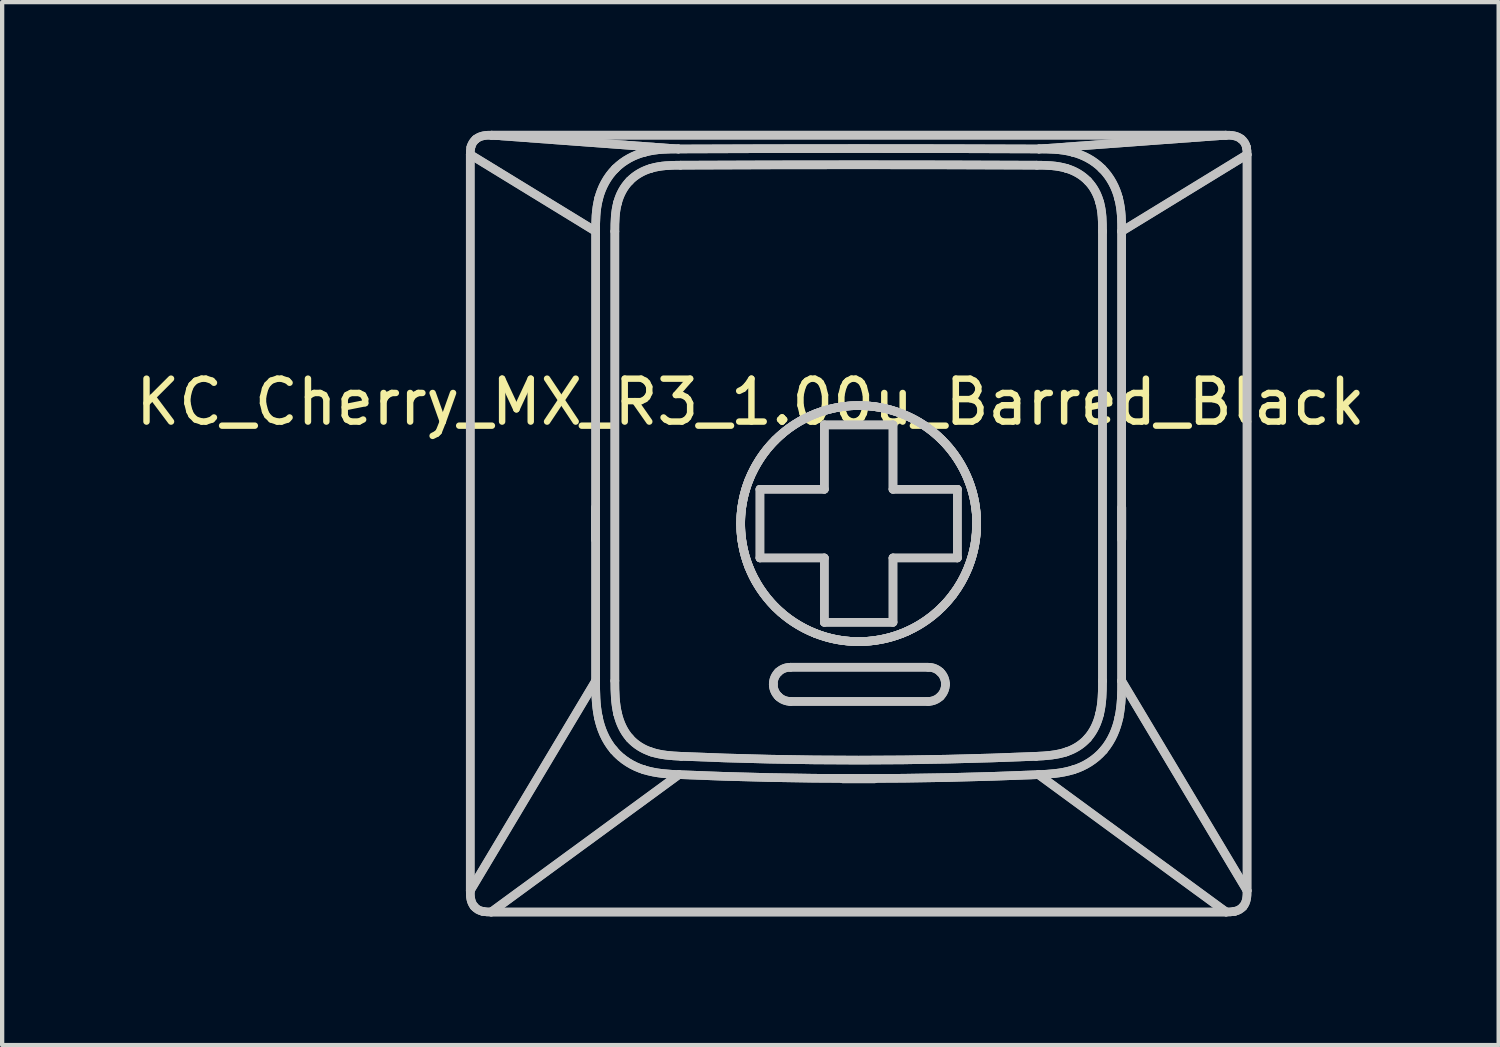
<source format=kicad_pcb>
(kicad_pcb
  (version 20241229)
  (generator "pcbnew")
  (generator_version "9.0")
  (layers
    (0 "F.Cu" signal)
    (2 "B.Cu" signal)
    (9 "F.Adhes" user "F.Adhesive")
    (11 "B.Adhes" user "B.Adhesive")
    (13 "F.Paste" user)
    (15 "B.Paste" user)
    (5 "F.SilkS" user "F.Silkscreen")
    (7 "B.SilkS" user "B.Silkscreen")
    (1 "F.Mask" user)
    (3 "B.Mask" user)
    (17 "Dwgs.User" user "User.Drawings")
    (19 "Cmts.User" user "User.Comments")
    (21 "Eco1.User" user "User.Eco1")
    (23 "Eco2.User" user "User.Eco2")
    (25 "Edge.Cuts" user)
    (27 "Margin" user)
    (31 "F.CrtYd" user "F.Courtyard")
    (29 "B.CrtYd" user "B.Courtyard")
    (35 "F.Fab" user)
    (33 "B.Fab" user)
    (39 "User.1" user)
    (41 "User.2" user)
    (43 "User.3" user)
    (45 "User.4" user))
  (footprint "KC_Cherry_MX_R3_1.00u_Barred_Black"
    (layer "F.Cu")
    (at 16.975 9.112)
    (property "Reference" "KC_Cherry_MX_R3_1.00u_Barred_Black" (at -2.54 -2.794 0) (layer "F.SilkS") (effects (font (size 1 1) (thickness 0.15))))
    (attr allow_missing_courtyard)
    (fp_line (start -9.068 -8.56) (end -6.146 -6.771) (stroke (width 0.2) (type default)) (layer "Dwgs.User"))
    (fp_line (start -9.068 -8.56) (end -6.146 -6.771) (stroke (width 0.2) (type default)) (layer "Dwgs.User"))
    (fp_line (start -9.068 8.591) (end -9.068 -8.56) (stroke (width 0.2) (type default)) (layer "Dwgs.User"))
    (fp_line (start -9.068 8.591) (end -9.068 -8.56) (stroke (width 0.2) (type default)) (layer "Dwgs.User"))
    (fp_line (start -9.068 8.591) (end -6.146 3.702) (stroke (width 0.2) (type default)) (layer "Dwgs.User"))
    (fp_line (start -9.068 8.591) (end -6.146 3.702) (stroke (width 0.2) (type default)) (layer "Dwgs.User"))
    (fp_line (start -8.58 9.088) (end -4.207 5.887) (stroke (width 0.2) (type default)) (layer "Dwgs.User"))
    (fp_line (start -8.58 9.088) (end -4.207 5.887) (stroke (width 0.2) (type default)) (layer "Dwgs.User"))
    (fp_line (start -8.575 -9.012) (end -4.216 -8.691) (stroke (width 0.2) (type default)) (layer "Dwgs.User"))
    (fp_line (start -8.575 -9.012) (end -4.216 -8.691) (stroke (width 0.2) (type default)) (layer "Dwgs.User"))
    (fp_line (start -8.575 -9.012) (end 8.539 -9.012) (stroke (width 0.2) (type default)) (layer "Dwgs.User"))
    (fp_line (start -8.575 -9.012) (end 8.539 -9.012) (stroke (width 0.2) (type default)) (layer "Dwgs.User"))
    (fp_line (start -6.149 0.412) (end -6.149 -0.338) (stroke (width 0.2) (type default)) (layer "Dwgs.User"))
    (fp_line (start -6.149 0.412) (end -6.149 -0.338) (stroke (width 0.2) (type default)) (layer "Dwgs.User"))
    (fp_line (start -6.146 -6.771) (end -6.146 3.702) (stroke (width 0.2) (type default)) (layer "Dwgs.User"))
    (fp_line (start -6.146 -6.771) (end -6.146 3.702) (stroke (width 0.2) (type default)) (layer "Dwgs.User"))
    (fp_line (start -5.699 -6.771) (end -5.699 3.702) (stroke (width 0.2) (type default)) (layer "Dwgs.User"))
    (fp_line (start -5.699 -6.771) (end -5.699 3.702) (stroke (width 0.2) (type default)) (layer "Dwgs.User"))
    (fp_line (start -2.318 -0.762) (end -0.818 -0.762) (stroke (width 0.2) (type default)) (layer "Dwgs.User"))
    (fp_line (start -2.318 -0.762) (end -0.818 -0.762) (stroke (width 0.2) (type default)) (layer "Dwgs.User"))
    (fp_line (start -2.318 0.838) (end -2.318 -0.762) (stroke (width 0.2) (type default)) (layer "Dwgs.User"))
    (fp_line (start -2.318 0.838) (end -2.318 -0.762) (stroke (width 0.2) (type default)) (layer "Dwgs.User"))
    (fp_line (start -1.607 4.181) (end 1.603 4.181) (stroke (width 0.2) (type default)) (layer "Dwgs.User"))
    (fp_line (start -1.607 4.181) (end 1.603 4.181) (stroke (width 0.2) (type default)) (layer "Dwgs.User"))
    (fp_line (start -0.818 -2.262) (end 0.782 -2.262) (stroke (width 0.2) (type default)) (layer "Dwgs.User"))
    (fp_line (start -0.818 -2.262) (end 0.782 -2.262) (stroke (width 0.2) (type default)) (layer "Dwgs.User"))
    (fp_line (start -0.818 -0.762) (end -0.818 -2.262) (stroke (width 0.2) (type default)) (layer "Dwgs.User"))
    (fp_line (start -0.818 -0.762) (end -0.818 -2.262) (stroke (width 0.2) (type default)) (layer "Dwgs.User"))
    (fp_line (start -0.818 0.838) (end -2.318 0.838) (stroke (width 0.2) (type default)) (layer "Dwgs.User"))
    (fp_line (start -0.818 0.838) (end -2.318 0.838) (stroke (width 0.2) (type default)) (layer "Dwgs.User"))
    (fp_line (start -0.818 2.338) (end -0.818 0.838) (stroke (width 0.2) (type default)) (layer "Dwgs.User"))
    (fp_line (start -0.818 2.338) (end -0.818 0.838) (stroke (width 0.2) (type default)) (layer "Dwgs.User"))
    (fp_line (start -0.393 5.985) (end 0.357 5.985) (stroke (width 0.2) (type default)) (layer "Dwgs.User"))
    (fp_line (start -0.393 5.985) (end 0.357 5.985) (stroke (width 0.2) (type default)) (layer "Dwgs.User"))
    (fp_line (start 0.782 -2.262) (end 0.782 -0.762) (stroke (width 0.2) (type default)) (layer "Dwgs.User"))
    (fp_line (start 0.782 -2.262) (end 0.782 -0.762) (stroke (width 0.2) (type default)) (layer "Dwgs.User"))
    (fp_line (start 0.782 -0.762) (end 2.282 -0.762) (stroke (width 0.2) (type default)) (layer "Dwgs.User"))
    (fp_line (start 0.782 -0.762) (end 2.282 -0.762) (stroke (width 0.2) (type default)) (layer "Dwgs.User"))
    (fp_line (start 0.782 0.838) (end 0.782 2.338) (stroke (width 0.2) (type default)) (layer "Dwgs.User"))
    (fp_line (start 0.782 0.838) (end 0.782 2.338) (stroke (width 0.2) (type default)) (layer "Dwgs.User"))
    (fp_line (start 0.782 2.338) (end -0.818 2.338) (stroke (width 0.2) (type default)) (layer "Dwgs.User"))
    (fp_line (start 0.782 2.338) (end -0.818 2.338) (stroke (width 0.2) (type default)) (layer "Dwgs.User"))
    (fp_line (start 1.603 3.385) (end -1.607 3.385) (stroke (width 0.2) (type default)) (layer "Dwgs.User"))
    (fp_line (start 1.603 3.385) (end -1.607 3.385) (stroke (width 0.2) (type default)) (layer "Dwgs.User"))
    (fp_line (start 2.282 -0.762) (end 2.282 0.838) (stroke (width 0.2) (type default)) (layer "Dwgs.User"))
    (fp_line (start 2.282 -0.762) (end 2.282 0.838) (stroke (width 0.2) (type default)) (layer "Dwgs.User"))
    (fp_line (start 2.282 0.838) (end 0.782 0.838) (stroke (width 0.2) (type default)) (layer "Dwgs.User"))
    (fp_line (start 2.282 0.838) (end 0.782 0.838) (stroke (width 0.2) (type default)) (layer "Dwgs.User"))
    (fp_line (start 2.707 0.412) (end 2.732 0.038) (stroke (width 0.2) (type default)) (layer "Dwgs.User"))
    (fp_line (start 4.181 -8.691) (end 8.539 -9.012) (stroke (width 0.2) (type default)) (layer "Dwgs.User"))
    (fp_line (start 4.181 -8.691) (end 8.539 -9.012) (stroke (width 0.2) (type default)) (layer "Dwgs.User"))
    (fp_line (start 5.663 3.702) (end 5.663 -6.771) (stroke (width 0.2) (type default)) (layer "Dwgs.User"))
    (fp_line (start 5.663 3.702) (end 5.663 -6.771) (stroke (width 0.2) (type default)) (layer "Dwgs.User"))
    (fp_line (start 6.11 -6.771) (end 9.032 -8.56) (stroke (width 0.2) (type default)) (layer "Dwgs.User"))
    (fp_line (start 6.11 -6.771) (end 9.032 -8.56) (stroke (width 0.2) (type default)) (layer "Dwgs.User"))
    (fp_line (start 6.11 3.702) (end 6.11 -6.771) (stroke (width 0.2) (type default)) (layer "Dwgs.User"))
    (fp_line (start 6.11 3.702) (end 6.11 -6.771) (stroke (width 0.2) (type default)) (layer "Dwgs.User"))
    (fp_line (start 6.113 0.412) (end 6.113 -0.338) (stroke (width 0.2) (type default)) (layer "Dwgs.User"))
    (fp_line (start 6.113 0.412) (end 6.113 -0.338) (stroke (width 0.2) (type default)) (layer "Dwgs.User"))
    (fp_line (start 8.544 9.088) (end -8.58 9.088) (stroke (width 0.2) (type default)) (layer "Dwgs.User"))
    (fp_line (start 8.544 9.088) (end -8.58 9.088) (stroke (width 0.2) (type default)) (layer "Dwgs.User"))
    (fp_line (start 8.544 9.088) (end 4.172 5.887) (stroke (width 0.2) (type default)) (layer "Dwgs.User"))
    (fp_line (start 8.544 9.088) (end 4.172 5.887) (stroke (width 0.2) (type default)) (layer "Dwgs.User"))
    (fp_line (start 9.032 -8.56) (end 9.032 8.591) (stroke (width 0.2) (type default)) (layer "Dwgs.User"))
    (fp_line (start 9.032 -8.56) (end 9.032 8.591) (stroke (width 0.2) (type default)) (layer "Dwgs.User"))
    (fp_line (start 9.032 8.591) (end 6.11 3.702) (stroke (width 0.2) (type default)) (layer "Dwgs.User"))
    (fp_line (start 9.032 8.591) (end 6.11 3.702) (stroke (width 0.2) (type default)) (layer "Dwgs.User"))
    (fp_curve (pts (xy -9.068 -8.56) (xy -9.07 -8.619) (xy -9.065 -8.678) (xy -9.052 -8.736)) (stroke (width 0.2) (type default)) (layer "Dwgs.User"))
    (fp_curve (pts (xy -9.068 -8.56) (xy -9.07 -8.619) (xy -9.065 -8.678) (xy -9.052 -8.736)) (stroke (width 0.2) (type default)) (layer "Dwgs.User"))
    (fp_curve (pts (xy -9.052 -8.736) (xy -9.033 -8.809) (xy -8.995 -8.87) (xy -8.938 -8.918)) (stroke (width 0.2) (type default)) (layer "Dwgs.User"))
    (fp_curve (pts (xy -9.052 -8.736) (xy -9.033 -8.809) (xy -8.995 -8.87) (xy -8.938 -8.918)) (stroke (width 0.2) (type default)) (layer "Dwgs.User"))
    (fp_curve (pts (xy -8.974 8.961) (xy -9.062 8.86) (xy -9.07 8.719) (xy -9.068 8.591)) (stroke (width 0.2) (type default)) (layer "Dwgs.User"))
    (fp_curve (pts (xy -8.974 8.961) (xy -9.062 8.86) (xy -9.07 8.719) (xy -9.068 8.591)) (stroke (width 0.2) (type default)) (layer "Dwgs.User"))
    (fp_curve (pts (xy -8.938 -8.918) (xy -8.837 -9.002) (xy -8.701 -9.015) (xy -8.575 -9.012)) (stroke (width 0.2) (type default)) (layer "Dwgs.User"))
    (fp_curve (pts (xy -8.938 -8.918) (xy -8.837 -9.002) (xy -8.701 -9.015) (xy -8.575 -9.012)) (stroke (width 0.2) (type default)) (layer "Dwgs.User"))
    (fp_curve (pts (xy -8.78 9.072) (xy -8.857 9.057) (xy -8.922 9.02) (xy -8.974 8.961)) (stroke (width 0.2) (type default)) (layer "Dwgs.User"))
    (fp_curve (pts (xy -8.78 9.072) (xy -8.857 9.057) (xy -8.922 9.02) (xy -8.974 8.961)) (stroke (width 0.2) (type default)) (layer "Dwgs.User"))
    (fp_curve (pts (xy -8.58 9.088) (xy -8.647 9.09) (xy -8.714 9.085) (xy -8.78 9.072)) (stroke (width 0.2) (type default)) (layer "Dwgs.User"))
    (fp_curve (pts (xy -8.58 9.088) (xy -8.647 9.09) (xy -8.714 9.085) (xy -8.78 9.072)) (stroke (width 0.2) (type default)) (layer "Dwgs.User"))
    (fp_curve (pts (xy -6.146 -6.771) (xy -6.146 -6.995) (xy -6.148 -7.259) (xy -6.074 -7.542)) (stroke (width 0.2) (type default)) (layer "Dwgs.User"))
    (fp_curve (pts (xy -6.146 -6.771) (xy -6.146 -6.995) (xy -6.148 -7.259) (xy -6.074 -7.542)) (stroke (width 0.2) (type default)) (layer "Dwgs.User"))
    (fp_curve (pts (xy -6.082 4.557) (xy -6.147 4.248) (xy -6.145 3.961) (xy -6.146 3.702)) (stroke (width 0.2) (type default)) (layer "Dwgs.User"))
    (fp_curve (pts (xy -6.082 4.557) (xy -6.147 4.248) (xy -6.145 3.961) (xy -6.146 3.702)) (stroke (width 0.2) (type default)) (layer "Dwgs.User"))
    (fp_curve (pts (xy -6.074 -7.542) (xy -6.011 -7.787) (xy -5.881 -8.04) (xy -5.687 -8.232)) (stroke (width 0.2) (type default)) (layer "Dwgs.User"))
    (fp_curve (pts (xy -6.074 -7.542) (xy -6.011 -7.787) (xy -5.881 -8.04) (xy -5.687 -8.232)) (stroke (width 0.2) (type default)) (layer "Dwgs.User"))
    (fp_curve (pts (xy -5.724 5.317) (xy -5.923 5.084) (xy -6.029 4.809) (xy -6.082 4.557)) (stroke (width 0.2) (type default)) (layer "Dwgs.User"))
    (fp_curve (pts (xy -5.724 5.317) (xy -5.923 5.084) (xy -6.029 4.809) (xy -6.082 4.557)) (stroke (width 0.2) (type default)) (layer "Dwgs.User"))
    (fp_curve (pts (xy -5.699 -6.771) (xy -5.699 -6.995) (xy -5.695 -7.223) (xy -5.635 -7.44)) (stroke (width 0.2) (type default)) (layer "Dwgs.User"))
    (fp_curve (pts (xy -5.699 -6.771) (xy -5.699 -6.995) (xy -5.695 -7.223) (xy -5.635 -7.44)) (stroke (width 0.2) (type default)) (layer "Dwgs.User"))
    (fp_curve (pts (xy -5.687 -8.232) (xy -5.491 -8.43) (xy -5.24 -8.556) (xy -4.999 -8.617)) (stroke (width 0.2) (type default)) (layer "Dwgs.User"))
    (fp_curve (pts (xy -5.687 -8.232) (xy -5.491 -8.43) (xy -5.24 -8.556) (xy -4.999 -8.617)) (stroke (width 0.2) (type default)) (layer "Dwgs.User"))
    (fp_curve (pts (xy -5.635 -7.44) (xy -5.585 -7.629) (xy -5.491 -7.807) (xy -5.356 -7.945)) (stroke (width 0.2) (type default)) (layer "Dwgs.User"))
    (fp_curve (pts (xy -5.635 -7.44) (xy -5.585 -7.629) (xy -5.491 -7.807) (xy -5.356 -7.945)) (stroke (width 0.2) (type default)) (layer "Dwgs.User"))
    (fp_curve (pts (xy -5.632 4.475) (xy -5.693 4.223) (xy -5.699 3.961) (xy -5.699 3.702)) (stroke (width 0.2) (type default)) (layer "Dwgs.User"))
    (fp_curve (pts (xy -5.632 4.475) (xy -5.693 4.223) (xy -5.699 3.961) (xy -5.699 3.702)) (stroke (width 0.2) (type default)) (layer "Dwgs.User"))
    (fp_curve (pts (xy -5.356 -7.945) (xy -5.218 -8.088) (xy -5.041 -8.186) (xy -4.853 -8.241)) (stroke (width 0.2) (type default)) (layer "Dwgs.User"))
    (fp_curve (pts (xy -5.356 -7.945) (xy -5.218 -8.088) (xy -5.041 -8.186) (xy -4.853 -8.241)) (stroke (width 0.2) (type default)) (layer "Dwgs.User"))
    (fp_curve (pts (xy -5.351 5.039) (xy -5.492 4.881) (xy -5.582 4.682) (xy -5.632 4.475)) (stroke (width 0.2) (type default)) (layer "Dwgs.User"))
    (fp_curve (pts (xy -5.351 5.039) (xy -5.492 4.881) (xy -5.582 4.682) (xy -5.632 4.475)) (stroke (width 0.2) (type default)) (layer "Dwgs.User"))
    (fp_curve (pts (xy -5.019 5.774) (xy -5.269 5.699) (xy -5.535 5.541) (xy -5.724 5.317)) (stroke (width 0.2) (type default)) (layer "Dwgs.User"))
    (fp_curve (pts (xy -5.019 5.774) (xy -5.269 5.699) (xy -5.535 5.541) (xy -5.724 5.317)) (stroke (width 0.2) (type default)) (layer "Dwgs.User"))
    (fp_curve (pts (xy -4.999 -8.617) (xy -4.715 -8.691) (xy -4.448 -8.689) (xy -4.216 -8.691)) (stroke (width 0.2) (type default)) (layer "Dwgs.User"))
    (fp_curve (pts (xy -4.999 -8.617) (xy -4.715 -8.691) (xy -4.448 -8.689) (xy -4.216 -8.691)) (stroke (width 0.2) (type default)) (layer "Dwgs.User"))
    (fp_curve (pts (xy -4.853 -8.241) (xy -4.632 -8.305) (xy -4.399 -8.313) (xy -4.169 -8.313)) (stroke (width 0.2) (type default)) (layer "Dwgs.User"))
    (fp_curve (pts (xy -4.853 -8.241) (xy -4.632 -8.305) (xy -4.399 -8.313) (xy -4.169 -8.313)) (stroke (width 0.2) (type default)) (layer "Dwgs.User"))
    (fp_curve (pts (xy -4.851 5.359) (xy -5.04 5.297) (xy -5.217 5.19) (xy -5.351 5.039)) (stroke (width 0.2) (type default)) (layer "Dwgs.User"))
    (fp_curve (pts (xy -4.851 5.359) (xy -5.04 5.297) (xy -5.217 5.19) (xy -5.351 5.039)) (stroke (width 0.2) (type default)) (layer "Dwgs.User"))
    (fp_curve (pts (xy -4.207 5.887) (xy -4.446 5.875) (xy -4.72 5.866) (xy -5.019 5.774)) (stroke (width 0.2) (type default)) (layer "Dwgs.User"))
    (fp_curve (pts (xy -4.207 5.887) (xy -4.446 5.875) (xy -4.72 5.866) (xy -5.019 5.774)) (stroke (width 0.2) (type default)) (layer "Dwgs.User"))
    (fp_curve (pts (xy -4.207 5.887) (xy -1.43 6.007) (xy 1.395 6.007) (xy 4.172 5.887)) (stroke (width 0.2) (type default)) (layer "Dwgs.User"))
    (fp_curve (pts (xy -4.207 5.887) (xy -1.43 6.007) (xy 1.395 6.007) (xy 4.172 5.887)) (stroke (width 0.2) (type default)) (layer "Dwgs.User"))
    (fp_curve (pts (xy -4.151 5.46) (xy -4.387 5.45) (xy -4.626 5.433) (xy -4.851 5.359)) (stroke (width 0.2) (type default)) (layer "Dwgs.User"))
    (fp_curve (pts (xy -4.151 5.46) (xy -4.387 5.45) (xy -4.626 5.433) (xy -4.851 5.359)) (stroke (width 0.2) (type default)) (layer "Dwgs.User"))
    (fp_curve (pts (xy -4.151 5.46) (xy -1.411 5.579) (xy 1.376 5.579) (xy 4.116 5.46)) (stroke (width 0.2) (type default)) (layer "Dwgs.User"))
    (fp_curve (pts (xy -4.151 5.46) (xy -1.411 5.579) (xy 1.376 5.579) (xy 4.116 5.46)) (stroke (width 0.2) (type default)) (layer "Dwgs.User"))
    (fp_curve (pts (xy -2.768 0.038) (xy -2.768 0.361) (xy -2.709 0.711) (xy -2.575 1.05)) (stroke (width 0.2) (type default)) (layer "Dwgs.User"))
    (fp_curve (pts (xy -2.768 0.038) (xy -2.768 0.361) (xy -2.709 0.711) (xy -2.575 1.05)) (stroke (width 0.2) (type default)) (layer "Dwgs.User"))
    (fp_curve (pts (xy -2.742 -0.338) (xy -2.776 -0.088) (xy -2.776 0.162) (xy -2.742 0.412)) (stroke (width 0.2) (type default)) (layer "Dwgs.User"))
    (fp_curve (pts (xy -2.742 -0.338) (xy -2.776 -0.088) (xy -2.776 0.162) (xy -2.742 0.412)) (stroke (width 0.2) (type default)) (layer "Dwgs.User"))
    (fp_curve (pts (xy -2.742 -0.338) (xy -2.722 -0.48) (xy -2.693 -0.617) (xy -2.653 -0.749)) (stroke (width 0.2) (type default)) (layer "Dwgs.User"))
    (fp_curve (pts (xy -2.742 -0.338) (xy -2.722 -0.48) (xy -2.693 -0.617) (xy -2.653 -0.749)) (stroke (width 0.2) (type default)) (layer "Dwgs.User"))
    (fp_curve (pts (xy -2.653 -0.749) (xy -2.514 -1.224) (xy -2.22 -1.7) (xy -1.808 -2.05)) (stroke (width 0.2) (type default)) (layer "Dwgs.User"))
    (fp_curve (pts (xy -2.653 -0.749) (xy -2.514 -1.224) (xy -2.22 -1.7) (xy -1.808 -2.05)) (stroke (width 0.2) (type default)) (layer "Dwgs.User"))
    (fp_curve (pts (xy -2.575 -0.975) (xy -2.709 -0.636) (xy -2.768 -0.286) (xy -2.768 0.038)) (stroke (width 0.2) (type default)) (layer "Dwgs.User"))
    (fp_curve (pts (xy -2.575 -0.975) (xy -2.709 -0.636) (xy -2.768 -0.286) (xy -2.768 0.038)) (stroke (width 0.2) (type default)) (layer "Dwgs.User"))
    (fp_curve (pts (xy -2.575 1.05) (xy -2.441 1.389) (xy -2.231 1.714) (xy -1.962 1.982)) (stroke (width 0.2) (type default)) (layer "Dwgs.User"))
    (fp_curve (pts (xy -2.575 1.05) (xy -2.441 1.389) (xy -2.231 1.714) (xy -1.962 1.982)) (stroke (width 0.2) (type default)) (layer "Dwgs.User"))
    (fp_curve (pts (xy -2.428 1.362) (xy -2.589 1.071) (xy -2.697 0.744) (xy -2.742 0.412)) (stroke (width 0.2) (type default)) (layer "Dwgs.User"))
    (fp_curve (pts (xy -2.428 1.362) (xy -2.589 1.071) (xy -2.697 0.744) (xy -2.742 0.412)) (stroke (width 0.2) (type default)) (layer "Dwgs.User"))
    (fp_curve (pts (xy -2.008 3.78) (xy -2.008 3.675) (xy -1.964 3.57) (xy -1.888 3.497)) (stroke (width 0.2) (type default)) (layer "Dwgs.User"))
    (fp_curve (pts (xy -2.008 3.78) (xy -2.008 3.675) (xy -1.964 3.57) (xy -1.888 3.497)) (stroke (width 0.2) (type default)) (layer "Dwgs.User"))
    (fp_curve (pts (xy -1.962 -1.907) (xy -2.231 -1.639) (xy -2.441 -1.313) (xy -2.575 -0.975)) (stroke (width 0.2) (type default)) (layer "Dwgs.User"))
    (fp_curve (pts (xy -1.962 -1.907) (xy -2.231 -1.639) (xy -2.441 -1.313) (xy -2.575 -0.975)) (stroke (width 0.2) (type default)) (layer "Dwgs.User"))
    (fp_curve (pts (xy -1.962 1.982) (xy -1.694 2.251) (xy -1.369 2.461) (xy -1.03 2.595)) (stroke (width 0.2) (type default)) (layer "Dwgs.User"))
    (fp_curve (pts (xy -1.962 1.982) (xy -1.694 2.251) (xy -1.369 2.461) (xy -1.03 2.595)) (stroke (width 0.2) (type default)) (layer "Dwgs.User"))
    (fp_curve (pts (xy -1.888 4.065) (xy -1.964 3.991) (xy -2.008 3.886) (xy -2.008 3.78)) (stroke (width 0.2) (type default)) (layer "Dwgs.User"))
    (fp_curve (pts (xy -1.888 4.065) (xy -1.964 3.991) (xy -2.008 3.886) (xy -2.008 3.78)) (stroke (width 0.2) (type default)) (layer "Dwgs.User"))
    (fp_curve (pts (xy -1.888 3.497) (xy -1.813 3.425) (xy -1.711 3.384) (xy -1.607 3.385)) (stroke (width 0.2) (type default)) (layer "Dwgs.User"))
    (fp_curve (pts (xy -1.888 3.497) (xy -1.813 3.425) (xy -1.711 3.384) (xy -1.607 3.385)) (stroke (width 0.2) (type default)) (layer "Dwgs.User"))
    (fp_curve (pts (xy -1.825 2.111) (xy -2.058 1.908) (xy -2.268 1.653) (xy -2.428 1.362)) (stroke (width 0.2) (type default)) (layer "Dwgs.User"))
    (fp_curve (pts (xy -1.825 2.111) (xy -2.058 1.908) (xy -2.268 1.653) (xy -2.428 1.362)) (stroke (width 0.2) (type default)) (layer "Dwgs.User"))
    (fp_curve (pts (xy -1.808 -2.05) (xy -1.399 -2.404) (xy -0.884 -2.622) (xy -0.393 -2.687)) (stroke (width 0.2) (type default)) (layer "Dwgs.User"))
    (fp_curve (pts (xy -1.808 -2.05) (xy -1.399 -2.404) (xy -0.884 -2.622) (xy -0.393 -2.687)) (stroke (width 0.2) (type default)) (layer "Dwgs.User"))
    (fp_curve (pts (xy -1.607 4.181) (xy -1.711 4.18) (xy -1.814 4.138) (xy -1.888 4.065)) (stroke (width 0.2) (type default)) (layer "Dwgs.User"))
    (fp_curve (pts (xy -1.607 4.181) (xy -1.711 4.18) (xy -1.814 4.138) (xy -1.888 4.065)) (stroke (width 0.2) (type default)) (layer "Dwgs.User"))
    (fp_curve (pts (xy -1.03 -2.519) (xy -1.369 -2.386) (xy -1.694 -2.176) (xy -1.962 -1.907)) (stroke (width 0.2) (type default)) (layer "Dwgs.User"))
    (fp_curve (pts (xy -1.03 -2.519) (xy -1.369 -2.386) (xy -1.694 -2.176) (xy -1.962 -1.907)) (stroke (width 0.2) (type default)) (layer "Dwgs.User"))
    (fp_curve (pts (xy -1.03 2.595) (xy -0.691 2.729) (xy -0.342 2.788) (xy -0.018 2.788)) (stroke (width 0.2) (type default)) (layer "Dwgs.User"))
    (fp_curve (pts (xy -1.03 2.595) (xy -0.691 2.729) (xy -0.342 2.788) (xy -0.018 2.788)) (stroke (width 0.2) (type default)) (layer "Dwgs.User"))
    (fp_curve (pts (xy -0.393 2.762) (xy -0.936 2.69) (xy -1.448 2.443) (xy -1.825 2.111)) (stroke (width 0.2) (type default)) (layer "Dwgs.User"))
    (fp_curve (pts (xy -0.393 2.762) (xy -0.936 2.69) (xy -1.448 2.443) (xy -1.825 2.111)) (stroke (width 0.2) (type default)) (layer "Dwgs.User"))
    (fp_curve (pts (xy -0.018 -2.712) (xy -0.342 -2.713) (xy -0.691 -2.654) (xy -1.03 -2.519)) (stroke (width 0.2) (type default)) (layer "Dwgs.User"))
    (fp_curve (pts (xy -0.018 -2.712) (xy -0.342 -2.713) (xy -0.691 -2.654) (xy -1.03 -2.519)) (stroke (width 0.2) (type default)) (layer "Dwgs.User"))
    (fp_curve (pts (xy -0.018 2.788) (xy 0.306 2.788) (xy 0.656 2.729) (xy 0.994 2.595)) (stroke (width 0.2) (type default)) (layer "Dwgs.User"))
    (fp_curve (pts (xy -0.018 2.788) (xy 0.306 2.788) (xy 0.656 2.729) (xy 0.994 2.595)) (stroke (width 0.2) (type default)) (layer "Dwgs.User"))
    (fp_curve (pts (xy 0.357 -2.687) (xy 0.107 -2.721) (xy -0.143 -2.721) (xy -0.393 -2.687)) (stroke (width 0.2) (type default)) (layer "Dwgs.User"))
    (fp_curve (pts (xy 0.357 -2.687) (xy 0.107 -2.721) (xy -0.143 -2.721) (xy -0.393 -2.687)) (stroke (width 0.2) (type default)) (layer "Dwgs.User"))
    (fp_curve (pts (xy 0.357 -2.687) (xy 0.892 -2.617) (xy 1.472 -2.359) (xy 1.911 -1.922)) (stroke (width 0.2) (type default)) (layer "Dwgs.User"))
    (fp_curve (pts (xy 0.357 -2.687) (xy 0.892 -2.617) (xy 1.472 -2.359) (xy 1.911 -1.922)) (stroke (width 0.2) (type default)) (layer "Dwgs.User"))
    (fp_curve (pts (xy 0.357 2.762) (xy 0.107 2.796) (xy -0.143 2.796) (xy -0.393 2.762)) (stroke (width 0.2) (type default)) (layer "Dwgs.User"))
    (fp_curve (pts (xy 0.357 2.762) (xy 0.107 2.796) (xy -0.143 2.796) (xy -0.393 2.762)) (stroke (width 0.2) (type default)) (layer "Dwgs.User"))
    (fp_curve (pts (xy 0.994 -2.519) (xy 0.656 -2.654) (xy 0.306 -2.713) (xy -0.018 -2.712)) (stroke (width 0.2) (type default)) (layer "Dwgs.User"))
    (fp_curve (pts (xy 0.994 -2.519) (xy 0.656 -2.654) (xy 0.306 -2.713) (xy -0.018 -2.712)) (stroke (width 0.2) (type default)) (layer "Dwgs.User"))
    (fp_curve (pts (xy 0.994 2.595) (xy 1.333 2.461) (xy 1.658 2.251) (xy 1.927 1.982)) (stroke (width 0.2) (type default)) (layer "Dwgs.User"))
    (fp_curve (pts (xy 0.994 2.595) (xy 1.333 2.461) (xy 1.658 2.251) (xy 1.927 1.982)) (stroke (width 0.2) (type default)) (layer "Dwgs.User"))
    (fp_curve (pts (xy 1.121 2.541) (xy 0.885 2.649) (xy 0.63 2.723) (xy 0.357 2.762)) (stroke (width 0.2) (type default)) (layer "Dwgs.User"))
    (fp_curve (pts (xy 1.121 2.541) (xy 0.885 2.649) (xy 0.63 2.723) (xy 0.357 2.762)) (stroke (width 0.2) (type default)) (layer "Dwgs.User"))
    (fp_curve (pts (xy 1.603 3.385) (xy 1.707 3.384) (xy 1.81 3.425) (xy 1.884 3.497)) (stroke (width 0.2) (type default)) (layer "Dwgs.User"))
    (fp_curve (pts (xy 1.603 3.385) (xy 1.707 3.384) (xy 1.81 3.425) (xy 1.884 3.497)) (stroke (width 0.2) (type default)) (layer "Dwgs.User"))
    (fp_curve (pts (xy 1.884 3.497) (xy 1.96 3.57) (xy 2.005 3.675) (xy 2.004 3.78)) (stroke (width 0.2) (type default)) (layer "Dwgs.User"))
    (fp_curve (pts (xy 1.884 3.497) (xy 1.96 3.57) (xy 2.005 3.675) (xy 2.004 3.78)) (stroke (width 0.2) (type default)) (layer "Dwgs.User"))
    (fp_curve (pts (xy 1.884 4.065) (xy 1.81 4.138) (xy 1.707 4.181) (xy 1.603 4.181)) (stroke (width 0.2) (type default)) (layer "Dwgs.User"))
    (fp_curve (pts (xy 1.884 4.065) (xy 1.81 4.138) (xy 1.707 4.181) (xy 1.603 4.181)) (stroke (width 0.2) (type default)) (layer "Dwgs.User"))
    (fp_curve (pts (xy 1.911 -1.922) (xy 2.355 -1.491) (xy 2.634 -0.899) (xy 2.706 -0.338)) (stroke (width 0.2) (type default)) (layer "Dwgs.User"))
    (fp_curve (pts (xy 1.911 -1.922) (xy 2.355 -1.491) (xy 2.634 -0.899) (xy 2.706 -0.338)) (stroke (width 0.2) (type default)) (layer "Dwgs.User"))
    (fp_curve (pts (xy 1.927 -1.907) (xy 1.658 -2.176) (xy 1.333 -2.386) (xy 0.994 -2.519)) (stroke (width 0.2) (type default)) (layer "Dwgs.User"))
    (fp_curve (pts (xy 1.927 -1.907) (xy 1.658 -2.176) (xy 1.333 -2.386) (xy 0.994 -2.519)) (stroke (width 0.2) (type default)) (layer "Dwgs.User"))
    (fp_curve (pts (xy 1.927 1.982) (xy 2.196 1.714) (xy 2.406 1.389) (xy 2.539 1.05)) (stroke (width 0.2) (type default)) (layer "Dwgs.User"))
    (fp_curve (pts (xy 1.927 1.982) (xy 2.196 1.714) (xy 2.406 1.389) (xy 2.539 1.05)) (stroke (width 0.2) (type default)) (layer "Dwgs.User"))
    (fp_curve (pts (xy 2.004 3.78) (xy 2.005 3.886) (xy 1.96 3.991) (xy 1.884 4.065)) (stroke (width 0.2) (type default)) (layer "Dwgs.User"))
    (fp_curve (pts (xy 2.004 3.78) (xy 2.005 3.886) (xy 1.96 3.991) (xy 1.884 4.065)) (stroke (width 0.2) (type default)) (layer "Dwgs.User"))
    (fp_curve (pts (xy 2.18 1.691) (xy 1.897 2.069) (xy 1.517 2.363) (xy 1.121 2.541)) (stroke (width 0.2) (type default)) (layer "Dwgs.User"))
    (fp_curve (pts (xy 2.18 1.691) (xy 1.897 2.069) (xy 1.517 2.363) (xy 1.121 2.541)) (stroke (width 0.2) (type default)) (layer "Dwgs.User"))
    (fp_curve (pts (xy 2.539 -0.975) (xy 2.406 -1.313) (xy 2.196 -1.639) (xy 1.927 -1.907)) (stroke (width 0.2) (type default)) (layer "Dwgs.User"))
    (fp_curve (pts (xy 2.539 -0.975) (xy 2.406 -1.313) (xy 2.196 -1.639) (xy 1.927 -1.907)) (stroke (width 0.2) (type default)) (layer "Dwgs.User"))
    (fp_curve (pts (xy 2.539 1.05) (xy 2.674 0.711) (xy 2.733 0.361) (xy 2.732 0.038)) (stroke (width 0.2) (type default)) (layer "Dwgs.User"))
    (fp_curve (pts (xy 2.539 1.05) (xy 2.674 0.711) (xy 2.733 0.361) (xy 2.732 0.038)) (stroke (width 0.2) (type default)) (layer "Dwgs.User"))
    (fp_curve (pts (xy 2.706 -0.338) (xy 2.724 -0.213) (xy 2.732 -0.088) (xy 2.732 0.038)) (stroke (width 0.2) (type default)) (layer "Dwgs.User"))
    (fp_curve (pts (xy 2.706 -0.338) (xy 2.724 -0.213) (xy 2.732 -0.088) (xy 2.732 0.038)) (stroke (width 0.2) (type default)) (layer "Dwgs.User"))
    (fp_curve (pts (xy 2.707 0.412) (xy 2.647 0.858) (xy 2.465 1.314) (xy 2.18 1.691)) (stroke (width 0.2) (type default)) (layer "Dwgs.User"))
    (fp_curve (pts (xy 2.707 0.412) (xy 2.647 0.858) (xy 2.465 1.314) (xy 2.18 1.691)) (stroke (width 0.2) (type default)) (layer "Dwgs.User"))
    (fp_curve (pts (xy 2.732 0.038) (xy 2.733 -0.286) (xy 2.674 -0.636) (xy 2.539 -0.975)) (stroke (width 0.2) (type default)) (layer "Dwgs.User"))
    (fp_curve (pts (xy 2.732 0.038) (xy 2.733 -0.286) (xy 2.674 -0.636) (xy 2.539 -0.975)) (stroke (width 0.2) (type default)) (layer "Dwgs.User"))
    (fp_curve (pts (xy 2.732 0.038) (xy 2.732 0.163) (xy 2.724 0.288) (xy 2.707 0.412)) (stroke (width 0.2) (type default)) (layer "Dwgs.User"))
    (fp_curve (pts (xy 2.732 0.038) (xy 2.732 0.163) (xy 2.724 0.288) (xy 2.707 0.412)) (stroke (width 0.2) (type default)) (layer "Dwgs.User"))
    (fp_curve (pts (xy 4.134 -8.313) (xy 1.38 -8.326) (xy -1.416 -8.326) (xy -4.169 -8.313)) (stroke (width 0.2) (type default)) (layer "Dwgs.User"))
    (fp_curve (pts (xy 4.134 -8.313) (xy 1.38 -8.326) (xy -1.416 -8.326) (xy -4.169 -8.313)) (stroke (width 0.2) (type default)) (layer "Dwgs.User"))
    (fp_curve (pts (xy 4.134 -8.313) (xy 4.363 -8.313) (xy 4.596 -8.305) (xy 4.817 -8.241)) (stroke (width 0.2) (type default)) (layer "Dwgs.User"))
    (fp_curve (pts (xy 4.134 -8.313) (xy 4.363 -8.313) (xy 4.596 -8.305) (xy 4.817 -8.241)) (stroke (width 0.2) (type default)) (layer "Dwgs.User"))
    (fp_curve (pts (xy 4.181 -8.691) (xy 1.396 -8.703) (xy -1.432 -8.703) (xy -4.216 -8.691)) (stroke (width 0.2) (type default)) (layer "Dwgs.User"))
    (fp_curve (pts (xy 4.181 -8.691) (xy 1.396 -8.703) (xy -1.432 -8.703) (xy -4.216 -8.691)) (stroke (width 0.2) (type default)) (layer "Dwgs.User"))
    (fp_curve (pts (xy 4.181 -8.691) (xy 4.413 -8.689) (xy 4.68 -8.691) (xy 4.964 -8.617)) (stroke (width 0.2) (type default)) (layer "Dwgs.User"))
    (fp_curve (pts (xy 4.181 -8.691) (xy 4.413 -8.689) (xy 4.68 -8.691) (xy 4.964 -8.617)) (stroke (width 0.2) (type default)) (layer "Dwgs.User"))
    (fp_curve (pts (xy 4.815 5.359) (xy 4.59 5.433) (xy 4.352 5.45) (xy 4.116 5.46)) (stroke (width 0.2) (type default)) (layer "Dwgs.User"))
    (fp_curve (pts (xy 4.815 5.359) (xy 4.59 5.433) (xy 4.352 5.45) (xy 4.116 5.46)) (stroke (width 0.2) (type default)) (layer "Dwgs.User"))
    (fp_curve (pts (xy 4.817 -8.241) (xy 5.005 -8.186) (xy 5.182 -8.088) (xy 5.32 -7.945)) (stroke (width 0.2) (type default)) (layer "Dwgs.User"))
    (fp_curve (pts (xy 4.817 -8.241) (xy 5.005 -8.186) (xy 5.182 -8.088) (xy 5.32 -7.945)) (stroke (width 0.2) (type default)) (layer "Dwgs.User"))
    (fp_curve (pts (xy 4.964 -8.617) (xy 5.205 -8.556) (xy 5.455 -8.43) (xy 5.652 -8.232)) (stroke (width 0.2) (type default)) (layer "Dwgs.User"))
    (fp_curve (pts (xy 4.964 -8.617) (xy 5.205 -8.556) (xy 5.455 -8.43) (xy 5.652 -8.232)) (stroke (width 0.2) (type default)) (layer "Dwgs.User"))
    (fp_curve (pts (xy 4.983 5.774) (xy 4.685 5.866) (xy 4.411 5.875) (xy 4.172 5.887)) (stroke (width 0.2) (type default)) (layer "Dwgs.User"))
    (fp_curve (pts (xy 4.983 5.774) (xy 4.685 5.866) (xy 4.411 5.875) (xy 4.172 5.887)) (stroke (width 0.2) (type default)) (layer "Dwgs.User"))
    (fp_curve (pts (xy 5.315 5.039) (xy 5.182 5.19) (xy 5.005 5.297) (xy 4.815 5.359)) (stroke (width 0.2) (type default)) (layer "Dwgs.User"))
    (fp_curve (pts (xy 5.315 5.039) (xy 5.182 5.19) (xy 5.005 5.297) (xy 4.815 5.359)) (stroke (width 0.2) (type default)) (layer "Dwgs.User"))
    (fp_curve (pts (xy 5.32 -7.945) (xy 5.456 -7.807) (xy 5.549 -7.629) (xy 5.6 -7.44)) (stroke (width 0.2) (type default)) (layer "Dwgs.User"))
    (fp_curve (pts (xy 5.32 -7.945) (xy 5.456 -7.807) (xy 5.549 -7.629) (xy 5.6 -7.44)) (stroke (width 0.2) (type default)) (layer "Dwgs.User"))
    (fp_curve (pts (xy 5.596 4.475) (xy 5.547 4.682) (xy 5.456 4.881) (xy 5.315 5.039)) (stroke (width 0.2) (type default)) (layer "Dwgs.User"))
    (fp_curve (pts (xy 5.596 4.475) (xy 5.547 4.682) (xy 5.456 4.881) (xy 5.315 5.039)) (stroke (width 0.2) (type default)) (layer "Dwgs.User"))
    (fp_curve (pts (xy 5.6 -7.44) (xy 5.659 -7.223) (xy 5.663 -6.995) (xy 5.663 -6.771)) (stroke (width 0.2) (type default)) (layer "Dwgs.User"))
    (fp_curve (pts (xy 5.6 -7.44) (xy 5.659 -7.223) (xy 5.663 -6.995) (xy 5.663 -6.771)) (stroke (width 0.2) (type default)) (layer "Dwgs.User"))
    (fp_curve (pts (xy 5.652 -8.232) (xy 5.845 -8.04) (xy 5.976 -7.787) (xy 6.038 -7.542)) (stroke (width 0.2) (type default)) (layer "Dwgs.User"))
    (fp_curve (pts (xy 5.652 -8.232) (xy 5.845 -8.04) (xy 5.976 -7.787) (xy 6.038 -7.542)) (stroke (width 0.2) (type default)) (layer "Dwgs.User"))
    (fp_curve (pts (xy 5.663 3.702) (xy 5.663 3.961) (xy 5.657 4.223) (xy 5.596 4.475)) (stroke (width 0.2) (type default)) (layer "Dwgs.User"))
    (fp_curve (pts (xy 5.663 3.702) (xy 5.663 3.961) (xy 5.657 4.223) (xy 5.596 4.475)) (stroke (width 0.2) (type default)) (layer "Dwgs.User"))
    (fp_curve (pts (xy 5.688 5.317) (xy 5.499 5.541) (xy 5.234 5.699) (xy 4.983 5.774)) (stroke (width 0.2) (type default)) (layer "Dwgs.User"))
    (fp_curve (pts (xy 5.688 5.317) (xy 5.499 5.541) (xy 5.234 5.699) (xy 4.983 5.774)) (stroke (width 0.2) (type default)) (layer "Dwgs.User"))
    (fp_curve (pts (xy 6.038 -7.542) (xy 6.112 -7.259) (xy 6.11 -6.995) (xy 6.11 -6.771)) (stroke (width 0.2) (type default)) (layer "Dwgs.User"))
    (fp_curve (pts (xy 6.038 -7.542) (xy 6.112 -7.259) (xy 6.11 -6.995) (xy 6.11 -6.771)) (stroke (width 0.2) (type default)) (layer "Dwgs.User"))
    (fp_curve (pts (xy 6.046 4.557) (xy 5.993 4.809) (xy 5.887 5.084) (xy 5.688 5.317)) (stroke (width 0.2) (type default)) (layer "Dwgs.User"))
    (fp_curve (pts (xy 6.046 4.557) (xy 5.993 4.809) (xy 5.887 5.084) (xy 5.688 5.317)) (stroke (width 0.2) (type default)) (layer "Dwgs.User"))
    (fp_curve (pts (xy 6.11 3.702) (xy 6.11 3.961) (xy 6.111 4.248) (xy 6.046 4.557)) (stroke (width 0.2) (type default)) (layer "Dwgs.User"))
    (fp_curve (pts (xy 6.11 3.702) (xy 6.11 3.961) (xy 6.111 4.248) (xy 6.046 4.557)) (stroke (width 0.2) (type default)) (layer "Dwgs.User"))
    (fp_curve (pts (xy 8.539 -9.012) (xy 8.665 -9.015) (xy 8.802 -9.002) (xy 8.902 -8.918)) (stroke (width 0.2) (type default)) (layer "Dwgs.User"))
    (fp_curve (pts (xy 8.539 -9.012) (xy 8.665 -9.015) (xy 8.802 -9.002) (xy 8.902 -8.918)) (stroke (width 0.2) (type default)) (layer "Dwgs.User"))
    (fp_curve (pts (xy 8.745 9.072) (xy 8.678 9.085) (xy 8.612 9.09) (xy 8.544 9.088)) (stroke (width 0.2) (type default)) (layer "Dwgs.User"))
    (fp_curve (pts (xy 8.745 9.072) (xy 8.678 9.085) (xy 8.612 9.09) (xy 8.544 9.088)) (stroke (width 0.2) (type default)) (layer "Dwgs.User"))
    (fp_curve (pts (xy 8.902 -8.918) (xy 8.96 -8.87) (xy 8.998 -8.809) (xy 9.016 -8.736)) (stroke (width 0.2) (type default)) (layer "Dwgs.User"))
    (fp_curve (pts (xy 8.902 -8.918) (xy 8.96 -8.87) (xy 8.998 -8.809) (xy 9.016 -8.736)) (stroke (width 0.2) (type default)) (layer "Dwgs.User"))
    (fp_curve (pts (xy 8.939 8.961) (xy 8.886 9.02) (xy 8.822 9.057) (xy 8.745 9.072)) (stroke (width 0.2) (type default)) (layer "Dwgs.User"))
    (fp_curve (pts (xy 8.939 8.961) (xy 8.886 9.02) (xy 8.822 9.057) (xy 8.745 9.072)) (stroke (width 0.2) (type default)) (layer "Dwgs.User"))
    (fp_curve (pts (xy 9.016 -8.736) (xy 9.029 -8.678) (xy 9.035 -8.619) (xy 9.032 -8.56)) (stroke (width 0.2) (type default)) (layer "Dwgs.User"))
    (fp_curve (pts (xy 9.016 -8.736) (xy 9.029 -8.678) (xy 9.035 -8.619) (xy 9.032 -8.56)) (stroke (width 0.2) (type default)) (layer "Dwgs.User"))
    (fp_curve (pts (xy 9.032 8.591) (xy 9.034 8.719) (xy 9.026 8.86) (xy 8.939 8.961)) (stroke (width 0.2) (type default)) (layer "Dwgs.User"))
    (fp_curve (pts (xy 9.032 8.591) (xy 9.034 8.719) (xy 9.026 8.86) (xy 8.939 8.961)) (stroke (width 0.2) (type default)) (layer "Dwgs.User")))
  (gr_rect
    (start -3 -3)
    (end 31.869 21.3)
    (stroke (width 0.1) (type default))
    (fill no)
    (layer "Edge.Cuts")))
</source>
